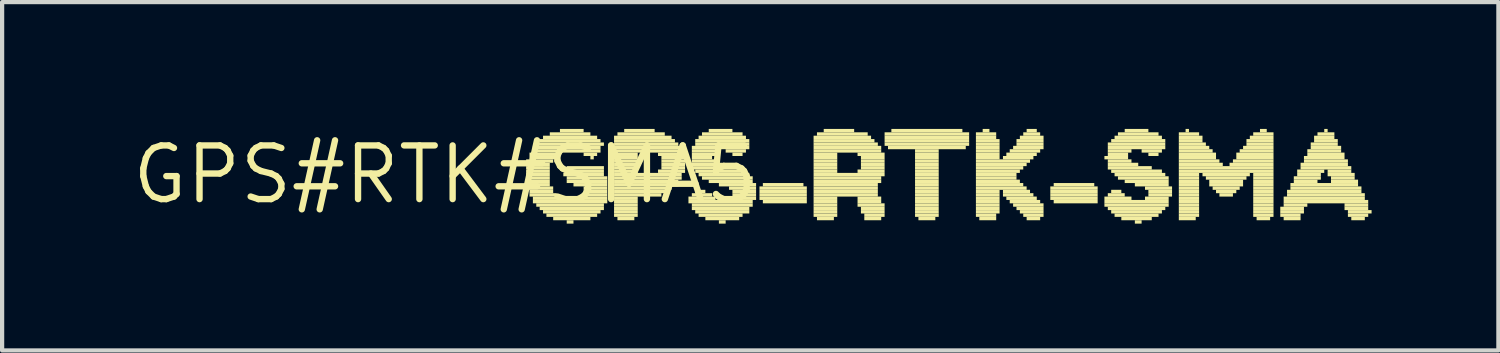
<source format=kicad_pcb>
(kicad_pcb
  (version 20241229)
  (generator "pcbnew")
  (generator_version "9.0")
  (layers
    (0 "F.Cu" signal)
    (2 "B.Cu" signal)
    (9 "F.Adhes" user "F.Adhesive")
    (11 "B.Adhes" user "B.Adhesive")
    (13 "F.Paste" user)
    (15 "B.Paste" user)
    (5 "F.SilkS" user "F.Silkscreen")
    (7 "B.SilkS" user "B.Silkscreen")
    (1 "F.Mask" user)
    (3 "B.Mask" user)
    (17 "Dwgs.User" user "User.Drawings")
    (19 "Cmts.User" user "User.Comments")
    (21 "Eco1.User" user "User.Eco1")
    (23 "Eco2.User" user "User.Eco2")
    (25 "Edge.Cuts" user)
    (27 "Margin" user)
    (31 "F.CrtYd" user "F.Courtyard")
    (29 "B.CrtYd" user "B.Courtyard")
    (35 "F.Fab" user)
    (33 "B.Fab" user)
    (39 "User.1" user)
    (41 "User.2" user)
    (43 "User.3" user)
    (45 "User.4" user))
  (footprint "GPS#RTK#SMA5"
    (layer "F.Cu")
    (at 7.476 1.08)
    (property "Reference" "GPS#RTK#SMA5" (at 0 0 0) (layer "F.SilkS") (effects (font (size 1.27 1.27) (thickness 0.15))))
    (attr through_hole)
    (fp_poly (pts (xy 1.92 -0.28) (xy 2.56 -0.28) (xy 2.56 -0.36) (xy 1.92 -0.36)) (stroke (width 0) (type solid)) (fill yes) (layer "F.SilkS"))
    (fp_poly (pts (xy 1.92 -0.2) (xy 2.48 -0.2) (xy 2.48 -0.28) (xy 1.92 -0.28)) (stroke (width 0) (type solid)) (fill yes) (layer "F.SilkS"))
    (fp_poly (pts (xy 1.92 -0.12) (xy 2.48 -0.12) (xy 2.48 -0.2) (xy 1.92 -0.2)) (stroke (width 0) (type solid)) (fill yes) (layer "F.SilkS"))
    (fp_poly (pts (xy 1.92 -0.04) (xy 2.48 -0.04) (xy 2.48 -0.12) (xy 1.92 -0.12)) (stroke (width 0) (type solid)) (fill yes) (layer "F.SilkS"))
    (fp_poly (pts (xy 1.92 0.04) (xy 2.48 0.04) (xy 2.48 -0.04) (xy 1.92 -0.04)) (stroke (width 0) (type solid)) (fill yes) (layer "F.SilkS"))
    (fp_poly (pts (xy 1.92 0.12) (xy 2.48 0.12) (xy 2.48 0.04) (xy 1.92 0.04)) (stroke (width 0) (type solid)) (fill yes) (layer "F.SilkS"))
    (fp_poly (pts (xy 1.92 0.2) (xy 2.48 0.2) (xy 2.48 0.12) (xy 1.92 0.12)) (stroke (width 0) (type solid)) (fill yes) (layer "F.SilkS"))
    (fp_poly (pts (xy 1.92 0.28) (xy 2.48 0.28) (xy 2.48 0.2) (xy 1.92 0.2)) (stroke (width 0) (type solid)) (fill yes) (layer "F.SilkS"))
    (fp_poly (pts (xy 1.92 0.36) (xy 2.56 0.36) (xy 2.56 0.28) (xy 1.92 0.28)) (stroke (width 0) (type solid)) (fill yes) (layer "F.SilkS"))
    (fp_poly (pts (xy 2 -0.44) (xy 2.72 -0.44) (xy 2.72 -0.52) (xy 2 -0.52)) (stroke (width 0) (type solid)) (fill yes) (layer "F.SilkS"))
    (fp_poly (pts (xy 2 -0.36) (xy 2.64 -0.36) (xy 2.64 -0.44) (xy 2 -0.44)) (stroke (width 0) (type solid)) (fill yes) (layer "F.SilkS"))
    (fp_poly (pts (xy 2 0.44) (xy 2.56 0.44) (xy 2.56 0.36) (xy 2 0.36)) (stroke (width 0) (type solid)) (fill yes) (layer "F.SilkS"))
    (fp_poly (pts (xy 2 0.52) (xy 2.64 0.52) (xy 2.64 0.44) (xy 2 0.44)) (stroke (width 0) (type solid)) (fill yes) (layer "F.SilkS"))
    (fp_poly (pts (xy 2.08 -0.6) (xy 3.68 -0.6) (xy 3.68 -0.68) (xy 2.08 -0.68)) (stroke (width 0) (type solid)) (fill yes) (layer "F.SilkS"))
    (fp_poly (pts (xy 2.08 -0.52) (xy 3.68 -0.52) (xy 3.68 -0.6) (xy 2.08 -0.6)) (stroke (width 0) (type solid)) (fill yes) (layer "F.SilkS"))
    (fp_poly (pts (xy 2.08 0.6) (xy 2.8 0.6) (xy 2.8 0.52) (xy 2.08 0.52)) (stroke (width 0) (type solid)) (fill yes) (layer "F.SilkS"))
    (fp_poly (pts (xy 2.08 0.68) (xy 3.84 0.68) (xy 3.84 0.6) (xy 2.08 0.6)) (stroke (width 0) (type solid)) (fill yes) (layer "F.SilkS"))
    (fp_poly (pts (xy 2.16 -0.68) (xy 3.76 -0.68) (xy 3.76 -0.76) (xy 2.16 -0.76)) (stroke (width 0) (type solid)) (fill yes) (layer "F.SilkS"))
    (fp_poly (pts (xy 2.16 0.76) (xy 3.76 0.76) (xy 3.76 0.68) (xy 2.16 0.68)) (stroke (width 0) (type solid)) (fill yes) (layer "F.SilkS"))
    (fp_poly (pts (xy 2.24 -0.76) (xy 3.68 -0.76) (xy 3.68 -0.84) (xy 2.24 -0.84)) (stroke (width 0) (type solid)) (fill yes) (layer "F.SilkS"))
    (fp_poly (pts (xy 2.24 0.84) (xy 3.76 0.84) (xy 3.76 0.76) (xy 2.24 0.76)) (stroke (width 0) (type solid)) (fill yes) (layer "F.SilkS"))
    (fp_poly (pts (xy 2.32 -0.84) (xy 3.6 -0.84) (xy 3.6 -0.92) (xy 2.32 -0.92)) (stroke (width 0) (type solid)) (fill yes) (layer "F.SilkS"))
    (fp_poly (pts (xy 2.32 0.92) (xy 3.68 0.92) (xy 3.68 0.84) (xy 2.32 0.84)) (stroke (width 0) (type solid)) (fill yes) (layer "F.SilkS"))
    (fp_poly (pts (xy 2.4 1) (xy 3.6 1) (xy 3.6 0.92) (xy 2.4 0.92)) (stroke (width 0) (type solid)) (fill yes) (layer "F.SilkS"))
    (fp_poly (pts (xy 2.48 -0.92) (xy 3.44 -0.92) (xy 3.44 -1) (xy 2.48 -1)) (stroke (width 0) (type solid)) (fill yes) (layer "F.SilkS"))
    (fp_poly (pts (xy 2.56 1.08) (xy 3.44 1.08) (xy 3.44 1) (xy 2.56 1)) (stroke (width 0) (type solid)) (fill yes) (layer "F.SilkS"))
    (fp_poly (pts (xy 2.72 -1) (xy 3.28 -1) (xy 3.28 -1.08) (xy 2.72 -1.08)) (stroke (width 0) (type solid)) (fill yes) (layer "F.SilkS"))
    (fp_poly (pts (xy 2.8 0.04) (xy 3.76 0.04) (xy 3.76 -0.04) (xy 2.8 -0.04)) (stroke (width 0) (type solid)) (fill yes) (layer "F.SilkS"))
    (fp_poly (pts (xy 2.88 -0.12) (xy 3.76 -0.12) (xy 3.76 -0.2) (xy 2.88 -0.2)) (stroke (width 0) (type solid)) (fill yes) (layer "F.SilkS"))
    (fp_poly (pts (xy 2.88 -0.04) (xy 3.76 -0.04) (xy 3.76 -0.12) (xy 2.88 -0.12)) (stroke (width 0) (type solid)) (fill yes) (layer "F.SilkS"))
    (fp_poly (pts (xy 2.88 0.12) (xy 3.84 0.12) (xy 3.84 0.04) (xy 2.88 0.04)) (stroke (width 0) (type solid)) (fill yes) (layer "F.SilkS"))
    (fp_poly (pts (xy 2.88 0.2) (xy 3.84 0.2) (xy 3.84 0.12) (xy 2.88 0.12)) (stroke (width 0) (type solid)) (fill yes) (layer "F.SilkS"))
    (fp_poly (pts (xy 2.88 1.16) (xy 3.04 1.16) (xy 3.04 1.08) (xy 2.88 1.08)) (stroke (width 0) (type solid)) (fill yes) (layer "F.SilkS"))
    (fp_poly (pts (xy 3.04 0.28) (xy 3.84 0.28) (xy 3.84 0.2) (xy 3.04 0.2)) (stroke (width 0) (type solid)) (fill yes) (layer "F.SilkS"))
    (fp_poly (pts (xy 3.2 0.6) (xy 3.84 0.6) (xy 3.84 0.52) (xy 3.2 0.52)) (stroke (width 0) (type solid)) (fill yes) (layer "F.SilkS"))
    (fp_poly (pts (xy 3.28 -0.44) (xy 3.6 -0.44) (xy 3.6 -0.52) (xy 3.28 -0.52)) (stroke (width 0) (type solid)) (fill yes) (layer "F.SilkS"))
    (fp_poly (pts (xy 3.28 0.36) (xy 3.84 0.36) (xy 3.84 0.28) (xy 3.28 0.28)) (stroke (width 0) (type solid)) (fill yes) (layer "F.SilkS"))
    (fp_poly (pts (xy 3.28 0.44) (xy 3.84 0.44) (xy 3.84 0.36) (xy 3.28 0.36)) (stroke (width 0) (type solid)) (fill yes) (layer "F.SilkS"))
    (fp_poly (pts (xy 3.28 0.52) (xy 3.84 0.52) (xy 3.84 0.44) (xy 3.28 0.44)) (stroke (width 0) (type solid)) (fill yes) (layer "F.SilkS"))
    (fp_poly (pts (xy 3.44 -0.36) (xy 3.52 -0.36) (xy 3.52 -0.44) (xy 3.44 -0.44)) (stroke (width 0) (type solid)) (fill yes) (layer "F.SilkS"))
    (fp_poly (pts (xy 4 -0.84) (xy 5.36 -0.84) (xy 5.36 -0.92) (xy 4 -0.92)) (stroke (width 0) (type solid)) (fill yes) (layer "F.SilkS"))
    (fp_poly (pts (xy 4 -0.76) (xy 5.44 -0.76) (xy 5.44 -0.84) (xy 4 -0.84)) (stroke (width 0) (type solid)) (fill yes) (layer "F.SilkS"))
    (fp_poly (pts (xy 4 -0.68) (xy 5.52 -0.68) (xy 5.52 -0.76) (xy 4 -0.76)) (stroke (width 0) (type solid)) (fill yes) (layer "F.SilkS"))
    (fp_poly (pts (xy 4 -0.6) (xy 5.6 -0.6) (xy 5.6 -0.68) (xy 4 -0.68)) (stroke (width 0) (type solid)) (fill yes) (layer "F.SilkS"))
    (fp_poly (pts (xy 4 -0.52) (xy 5.6 -0.52) (xy 5.6 -0.6) (xy 4 -0.6)) (stroke (width 0) (type solid)) (fill yes) (layer "F.SilkS"))
    (fp_poly (pts (xy 4 -0.44) (xy 4.56 -0.44) (xy 4.56 -0.52) (xy 4 -0.52)) (stroke (width 0) (type solid)) (fill yes) (layer "F.SilkS"))
    (fp_poly (pts (xy 4 -0.36) (xy 4.56 -0.36) (xy 4.56 -0.44) (xy 4 -0.44)) (stroke (width 0) (type solid)) (fill yes) (layer "F.SilkS"))
    (fp_poly (pts (xy 4 -0.28) (xy 4.56 -0.28) (xy 4.56 -0.36) (xy 4 -0.36)) (stroke (width 0) (type solid)) (fill yes) (layer "F.SilkS"))
    (fp_poly (pts (xy 4 -0.2) (xy 4.56 -0.2) (xy 4.56 -0.28) (xy 4 -0.28)) (stroke (width 0) (type solid)) (fill yes) (layer "F.SilkS"))
    (fp_poly (pts (xy 4 -0.12) (xy 4.56 -0.12) (xy 4.56 -0.2) (xy 4 -0.2)) (stroke (width 0) (type solid)) (fill yes) (layer "F.SilkS"))
    (fp_poly (pts (xy 4 -0.04) (xy 4.56 -0.04) (xy 4.56 -0.12) (xy 4 -0.12)) (stroke (width 0) (type solid)) (fill yes) (layer "F.SilkS"))
    (fp_poly (pts (xy 4 0.04) (xy 5.6 0.04) (xy 5.6 -0.04) (xy 4 -0.04)) (stroke (width 0) (type solid)) (fill yes) (layer "F.SilkS"))
    (fp_poly (pts (xy 4 0.12) (xy 5.6 0.12) (xy 5.6 0.04) (xy 4 0.04)) (stroke (width 0) (type solid)) (fill yes) (layer "F.SilkS"))
    (fp_poly (pts (xy 4 0.2) (xy 5.52 0.2) (xy 5.52 0.12) (xy 4 0.12)) (stroke (width 0) (type solid)) (fill yes) (layer "F.SilkS"))
    (fp_poly (pts (xy 4 0.28) (xy 5.52 0.28) (xy 5.52 0.2) (xy 4 0.2)) (stroke (width 0) (type solid)) (fill yes) (layer "F.SilkS"))
    (fp_poly (pts (xy 4 0.36) (xy 5.36 0.36) (xy 5.36 0.28) (xy 4 0.28)) (stroke (width 0) (type solid)) (fill yes) (layer "F.SilkS"))
    (fp_poly (pts (xy 4 0.44) (xy 5.28 0.44) (xy 5.28 0.36) (xy 4 0.36)) (stroke (width 0) (type solid)) (fill yes) (layer "F.SilkS"))
    (fp_poly (pts (xy 4 0.52) (xy 5.12 0.52) (xy 5.12 0.44) (xy 4 0.44)) (stroke (width 0) (type solid)) (fill yes) (layer "F.SilkS"))
    (fp_poly (pts (xy 4 0.6) (xy 4.56 0.6) (xy 4.56 0.52) (xy 4 0.52)) (stroke (width 0) (type solid)) (fill yes) (layer "F.SilkS"))
    (fp_poly (pts (xy 4 0.68) (xy 4.56 0.68) (xy 4.56 0.6) (xy 4 0.6)) (stroke (width 0) (type solid)) (fill yes) (layer "F.SilkS"))
    (fp_poly (pts (xy 4 0.76) (xy 4.56 0.76) (xy 4.56 0.68) (xy 4 0.68)) (stroke (width 0) (type solid)) (fill yes) (layer "F.SilkS"))
    (fp_poly (pts (xy 4 0.84) (xy 4.56 0.84) (xy 4.56 0.76) (xy 4 0.76)) (stroke (width 0) (type solid)) (fill yes) (layer "F.SilkS"))
    (fp_poly (pts (xy 4 0.92) (xy 4.56 0.92) (xy 4.56 0.84) (xy 4 0.84)) (stroke (width 0) (type solid)) (fill yes) (layer "F.SilkS"))
    (fp_poly (pts (xy 4 1) (xy 4.56 1) (xy 4.56 0.92) (xy 4 0.92)) (stroke (width 0) (type solid)) (fill yes) (layer "F.SilkS"))
    (fp_poly (pts (xy 4.08 -0.92) (xy 5.2 -0.92) (xy 5.2 -1) (xy 4.08 -1)) (stroke (width 0) (type solid)) (fill yes) (layer "F.SilkS"))
    (fp_poly (pts (xy 4.08 1.08) (xy 4.48 1.08) (xy 4.48 1) (xy 4.08 1)) (stroke (width 0) (type solid)) (fill yes) (layer "F.SilkS"))
    (fp_poly (pts (xy 4.24 -1) (xy 4.96 -1) (xy 4.96 -1.08) (xy 4.24 -1.08)) (stroke (width 0) (type solid)) (fill yes) (layer "F.SilkS"))
    (fp_poly (pts (xy 5.04 -0.44) (xy 5.68 -0.44) (xy 5.68 -0.52) (xy 5.04 -0.52)) (stroke (width 0) (type solid)) (fill yes) (layer "F.SilkS"))
    (fp_poly (pts (xy 5.04 -0.04) (xy 5.68 -0.04) (xy 5.68 -0.12) (xy 5.04 -0.12)) (stroke (width 0) (type solid)) (fill yes) (layer "F.SilkS"))
    (fp_poly (pts (xy 5.12 -0.36) (xy 5.68 -0.36) (xy 5.68 -0.44) (xy 5.12 -0.44)) (stroke (width 0) (type solid)) (fill yes) (layer "F.SilkS"))
    (fp_poly (pts (xy 5.12 -0.28) (xy 5.68 -0.28) (xy 5.68 -0.36) (xy 5.12 -0.36)) (stroke (width 0) (type solid)) (fill yes) (layer "F.SilkS"))
    (fp_poly (pts (xy 5.12 -0.2) (xy 5.68 -0.2) (xy 5.68 -0.28) (xy 5.12 -0.28)) (stroke (width 0) (type solid)) (fill yes) (layer "F.SilkS"))
    (fp_poly (pts (xy 5.12 -0.12) (xy 5.68 -0.12) (xy 5.68 -0.2) (xy 5.12 -0.2)) (stroke (width 0) (type solid)) (fill yes) (layer "F.SilkS"))
    (fp_poly (pts (xy 5.76 0.6) (xy 6.4 0.6) (xy 6.4 0.52) (xy 5.76 0.52)) (stroke (width 0) (type solid)) (fill yes) (layer "F.SilkS"))
    (fp_poly (pts (xy 5.76 0.68) (xy 7.28 0.68) (xy 7.28 0.6) (xy 5.76 0.6)) (stroke (width 0) (type solid)) (fill yes) (layer "F.SilkS"))
    (fp_poly (pts (xy 5.84 -0.6) (xy 7.2 -0.6) (xy 7.2 -0.68) (xy 5.84 -0.68)) (stroke (width 0) (type solid)) (fill yes) (layer "F.SilkS"))
    (fp_poly (pts (xy 5.84 -0.52) (xy 6.48 -0.52) (xy 6.48 -0.6) (xy 5.84 -0.6)) (stroke (width 0) (type solid)) (fill yes) (layer "F.SilkS"))
    (fp_poly (pts (xy 5.84 -0.44) (xy 6.4 -0.44) (xy 6.4 -0.52) (xy 5.84 -0.52)) (stroke (width 0) (type solid)) (fill yes) (layer "F.SilkS"))
    (fp_poly (pts (xy 5.84 -0.36) (xy 6.32 -0.36) (xy 6.32 -0.44) (xy 5.84 -0.44)) (stroke (width 0) (type solid)) (fill yes) (layer "F.SilkS"))
    (fp_poly (pts (xy 5.84 -0.28) (xy 6.4 -0.28) (xy 6.4 -0.36) (xy 5.84 -0.36)) (stroke (width 0) (type solid)) (fill yes) (layer "F.SilkS"))
    (fp_poly (pts (xy 5.84 -0.2) (xy 6.56 -0.2) (xy 6.56 -0.28) (xy 5.84 -0.28)) (stroke (width 0) (type solid)) (fill yes) (layer "F.SilkS"))
    (fp_poly (pts (xy 5.84 -0.12) (xy 6.96 -0.12) (xy 6.96 -0.2) (xy 5.84 -0.2)) (stroke (width 0) (type solid)) (fill yes) (layer "F.SilkS"))
    (fp_poly (pts (xy 5.84 0.52) (xy 6.32 0.52) (xy 6.32 0.44) (xy 5.84 0.44)) (stroke (width 0) (type solid)) (fill yes) (layer "F.SilkS"))
    (fp_poly (pts (xy 5.84 0.76) (xy 7.28 0.76) (xy 7.28 0.68) (xy 5.84 0.68)) (stroke (width 0) (type solid)) (fill yes) (layer "F.SilkS"))
    (fp_poly (pts (xy 5.84 0.84) (xy 7.2 0.84) (xy 7.2 0.76) (xy 5.84 0.76)) (stroke (width 0) (type solid)) (fill yes) (layer "F.SilkS"))
    (fp_poly (pts (xy 5.92 -0.76) (xy 7.2 -0.76) (xy 7.2 -0.84) (xy 5.92 -0.84)) (stroke (width 0) (type solid)) (fill yes) (layer "F.SilkS"))
    (fp_poly (pts (xy 5.92 -0.68) (xy 7.2 -0.68) (xy 7.2 -0.76) (xy 5.92 -0.76)) (stroke (width 0) (type solid)) (fill yes) (layer "F.SilkS"))
    (fp_poly (pts (xy 5.92 -0.04) (xy 7.12 -0.04) (xy 7.12 -0.12) (xy 5.92 -0.12)) (stroke (width 0) (type solid)) (fill yes) (layer "F.SilkS"))
    (fp_poly (pts (xy 5.92 0.44) (xy 6.16 0.44) (xy 6.16 0.36) (xy 5.92 0.36)) (stroke (width 0) (type solid)) (fill yes) (layer "F.SilkS"))
    (fp_poly (pts (xy 5.92 0.92) (xy 7.2 0.92) (xy 7.2 0.84) (xy 5.92 0.84)) (stroke (width 0) (type solid)) (fill yes) (layer "F.SilkS"))
    (fp_poly (pts (xy 6 -0.84) (xy 7.12 -0.84) (xy 7.12 -0.92) (xy 6 -0.92)) (stroke (width 0) (type solid)) (fill yes) (layer "F.SilkS"))
    (fp_poly (pts (xy 6 0.04) (xy 7.2 0.04) (xy 7.2 -0.04) (xy 6 -0.04)) (stroke (width 0) (type solid)) (fill yes) (layer "F.SilkS"))
    (fp_poly (pts (xy 6 1) (xy 7.04 1) (xy 7.04 0.92) (xy 6 0.92)) (stroke (width 0) (type solid)) (fill yes) (layer "F.SilkS"))
    (fp_poly (pts (xy 6.08 -0.92) (xy 7.04 -0.92) (xy 7.04 -1) (xy 6.08 -1)) (stroke (width 0) (type solid)) (fill yes) (layer "F.SilkS"))
    (fp_poly (pts (xy 6.08 0.12) (xy 7.28 0.12) (xy 7.28 0.04) (xy 6.08 0.04)) (stroke (width 0) (type solid)) (fill yes) (layer "F.SilkS"))
    (fp_poly (pts (xy 6.16 1.08) (xy 6.96 1.08) (xy 6.96 1) (xy 6.16 1)) (stroke (width 0) (type solid)) (fill yes) (layer "F.SilkS"))
    (fp_poly (pts (xy 6.24 -1) (xy 6.8 -1) (xy 6.8 -1.08) (xy 6.24 -1.08)) (stroke (width 0) (type solid)) (fill yes) (layer "F.SilkS"))
    (fp_poly (pts (xy 6.24 0.2) (xy 7.28 0.2) (xy 7.28 0.12) (xy 6.24 0.12)) (stroke (width 0) (type solid)) (fill yes) (layer "F.SilkS"))
    (fp_poly (pts (xy 6.48 0.28) (xy 7.36 0.28) (xy 7.36 0.2) (xy 6.48 0.2)) (stroke (width 0) (type solid)) (fill yes) (layer "F.SilkS"))
    (fp_poly (pts (xy 6.48 1.16) (xy 6.64 1.16) (xy 6.64 1.08) (xy 6.48 1.08)) (stroke (width 0) (type solid)) (fill yes) (layer "F.SilkS"))
    (fp_poly (pts (xy 6.64 -0.52) (xy 7.12 -0.52) (xy 7.12 -0.6) (xy 6.64 -0.6)) (stroke (width 0) (type solid)) (fill yes) (layer "F.SilkS"))
    (fp_poly (pts (xy 6.72 0.36) (xy 7.36 0.36) (xy 7.36 0.28) (xy 6.72 0.28)) (stroke (width 0) (type solid)) (fill yes) (layer "F.SilkS"))
    (fp_poly (pts (xy 6.72 0.6) (xy 7.36 0.6) (xy 7.36 0.52) (xy 6.72 0.52)) (stroke (width 0) (type solid)) (fill yes) (layer "F.SilkS"))
    (fp_poly (pts (xy 6.8 -0.44) (xy 7.04 -0.44) (xy 7.04 -0.52) (xy 6.8 -0.52)) (stroke (width 0) (type solid)) (fill yes) (layer "F.SilkS"))
    (fp_poly (pts (xy 6.8 0.44) (xy 7.36 0.44) (xy 7.36 0.36) (xy 6.8 0.36)) (stroke (width 0) (type solid)) (fill yes) (layer "F.SilkS"))
    (fp_poly (pts (xy 6.8 0.52) (xy 7.36 0.52) (xy 7.36 0.44) (xy 6.8 0.44)) (stroke (width 0) (type solid)) (fill yes) (layer "F.SilkS"))
    (fp_poly (pts (xy 7.44 0.36) (xy 8.56 0.36) (xy 8.56 0.28) (xy 7.44 0.28)) (stroke (width 0) (type solid)) (fill yes) (layer "F.SilkS"))
    (fp_poly (pts (xy 7.44 0.44) (xy 8.56 0.44) (xy 8.56 0.36) (xy 7.44 0.36)) (stroke (width 0) (type solid)) (fill yes) (layer "F.SilkS"))
    (fp_poly (pts (xy 7.44 0.52) (xy 8.56 0.52) (xy 8.56 0.44) (xy 7.44 0.44)) (stroke (width 0) (type solid)) (fill yes) (layer "F.SilkS"))
    (fp_poly (pts (xy 7.44 0.6) (xy 8.56 0.6) (xy 8.56 0.52) (xy 7.44 0.52)) (stroke (width 0) (type solid)) (fill yes) (layer "F.SilkS"))
    (fp_poly (pts (xy 7.52 0.28) (xy 8.48 0.28) (xy 8.48 0.2) (xy 7.52 0.2)) (stroke (width 0) (type solid)) (fill yes) (layer "F.SilkS"))
    (fp_poly (pts (xy 7.52 0.68) (xy 8.56 0.68) (xy 8.56 0.6) (xy 7.52 0.6)) (stroke (width 0) (type solid)) (fill yes) (layer "F.SilkS"))
    (fp_poly (pts (xy 8.72 -0.84) (xy 10.08 -0.84) (xy 10.08 -0.92) (xy 8.72 -0.92)) (stroke (width 0) (type solid)) (fill yes) (layer "F.SilkS"))
    (fp_poly (pts (xy 8.72 -0.76) (xy 10.16 -0.76) (xy 10.16 -0.84) (xy 8.72 -0.84)) (stroke (width 0) (type solid)) (fill yes) (layer "F.SilkS"))
    (fp_poly (pts (xy 8.72 -0.68) (xy 10.24 -0.68) (xy 10.24 -0.76) (xy 8.72 -0.76)) (stroke (width 0) (type solid)) (fill yes) (layer "F.SilkS"))
    (fp_poly (pts (xy 8.72 -0.6) (xy 10.32 -0.6) (xy 10.32 -0.68) (xy 8.72 -0.68)) (stroke (width 0) (type solid)) (fill yes) (layer "F.SilkS"))
    (fp_poly (pts (xy 8.72 -0.52) (xy 10.32 -0.52) (xy 10.32 -0.6) (xy 8.72 -0.6)) (stroke (width 0) (type solid)) (fill yes) (layer "F.SilkS"))
    (fp_poly (pts (xy 8.72 -0.44) (xy 9.28 -0.44) (xy 9.28 -0.52) (xy 8.72 -0.52)) (stroke (width 0) (type solid)) (fill yes) (layer "F.SilkS"))
    (fp_poly (pts (xy 8.72 -0.36) (xy 9.28 -0.36) (xy 9.28 -0.44) (xy 8.72 -0.44)) (stroke (width 0) (type solid)) (fill yes) (layer "F.SilkS"))
    (fp_poly (pts (xy 8.72 -0.28) (xy 9.28 -0.28) (xy 9.28 -0.36) (xy 8.72 -0.36)) (stroke (width 0) (type solid)) (fill yes) (layer "F.SilkS"))
    (fp_poly (pts (xy 8.72 -0.2) (xy 9.28 -0.2) (xy 9.28 -0.28) (xy 8.72 -0.28)) (stroke (width 0) (type solid)) (fill yes) (layer "F.SilkS"))
    (fp_poly (pts (xy 8.72 -0.12) (xy 9.28 -0.12) (xy 9.28 -0.2) (xy 8.72 -0.2)) (stroke (width 0) (type solid)) (fill yes) (layer "F.SilkS"))
    (fp_poly (pts (xy 8.72 -0.04) (xy 9.28 -0.04) (xy 9.28 -0.12) (xy 8.72 -0.12)) (stroke (width 0) (type solid)) (fill yes) (layer "F.SilkS"))
    (fp_poly (pts (xy 8.72 0.04) (xy 10.4 0.04) (xy 10.4 -0.04) (xy 8.72 -0.04)) (stroke (width 0) (type solid)) (fill yes) (layer "F.SilkS"))
    (fp_poly (pts (xy 8.72 0.12) (xy 10.32 0.12) (xy 10.32 0.04) (xy 8.72 0.04)) (stroke (width 0) (type solid)) (fill yes) (layer "F.SilkS"))
    (fp_poly (pts (xy 8.72 0.2) (xy 10.32 0.2) (xy 10.32 0.12) (xy 8.72 0.12)) (stroke (width 0) (type solid)) (fill yes) (layer "F.SilkS"))
    (fp_poly (pts (xy 8.72 0.28) (xy 10.24 0.28) (xy 10.24 0.2) (xy 8.72 0.2)) (stroke (width 0) (type solid)) (fill yes) (layer "F.SilkS"))
    (fp_poly (pts (xy 8.72 0.36) (xy 10.24 0.36) (xy 10.24 0.28) (xy 8.72 0.28)) (stroke (width 0) (type solid)) (fill yes) (layer "F.SilkS"))
    (fp_poly (pts (xy 8.72 0.44) (xy 10.24 0.44) (xy 10.24 0.36) (xy 8.72 0.36)) (stroke (width 0) (type solid)) (fill yes) (layer "F.SilkS"))
    (fp_poly (pts (xy 8.72 0.52) (xy 10.24 0.52) (xy 10.24 0.44) (xy 8.72 0.44)) (stroke (width 0) (type solid)) (fill yes) (layer "F.SilkS"))
    (fp_poly (pts (xy 8.72 0.6) (xy 9.28 0.6) (xy 9.28 0.52) (xy 8.72 0.52)) (stroke (width 0) (type solid)) (fill yes) (layer "F.SilkS"))
    (fp_poly (pts (xy 8.72 0.68) (xy 9.28 0.68) (xy 9.28 0.6) (xy 8.72 0.6)) (stroke (width 0) (type solid)) (fill yes) (layer "F.SilkS"))
    (fp_poly (pts (xy 8.72 0.76) (xy 9.28 0.76) (xy 9.28 0.68) (xy 8.72 0.68)) (stroke (width 0) (type solid)) (fill yes) (layer "F.SilkS"))
    (fp_poly (pts (xy 8.72 0.84) (xy 9.28 0.84) (xy 9.28 0.76) (xy 8.72 0.76)) (stroke (width 0) (type solid)) (fill yes) (layer "F.SilkS"))
    (fp_poly (pts (xy 8.72 0.92) (xy 9.28 0.92) (xy 9.28 0.84) (xy 8.72 0.84)) (stroke (width 0) (type solid)) (fill yes) (layer "F.SilkS"))
    (fp_poly (pts (xy 8.72 1) (xy 9.28 1) (xy 9.28 0.92) (xy 8.72 0.92)) (stroke (width 0) (type solid)) (fill yes) (layer "F.SilkS"))
    (fp_poly (pts (xy 8.8 -0.92) (xy 10 -0.92) (xy 10 -1) (xy 8.8 -1)) (stroke (width 0) (type solid)) (fill yes) (layer "F.SilkS"))
    (fp_poly (pts (xy 8.8 1.08) (xy 9.2 1.08) (xy 9.2 1) (xy 8.8 1)) (stroke (width 0) (type solid)) (fill yes) (layer "F.SilkS"))
    (fp_poly (pts (xy 8.96 -1) (xy 9.68 -1) (xy 9.68 -1.08) (xy 8.96 -1.08)) (stroke (width 0) (type solid)) (fill yes) (layer "F.SilkS"))
    (fp_poly (pts (xy 9.76 -0.44) (xy 10.4 -0.44) (xy 10.4 -0.52) (xy 9.76 -0.52)) (stroke (width 0) (type solid)) (fill yes) (layer "F.SilkS"))
    (fp_poly (pts (xy 9.76 -0.04) (xy 10.4 -0.04) (xy 10.4 -0.12) (xy 9.76 -0.12)) (stroke (width 0) (type solid)) (fill yes) (layer "F.SilkS"))
    (fp_poly (pts (xy 9.76 0.6) (xy 10.32 0.6) (xy 10.32 0.52) (xy 9.76 0.52)) (stroke (width 0) (type solid)) (fill yes) (layer "F.SilkS"))
    (fp_poly (pts (xy 9.76 0.68) (xy 10.32 0.68) (xy 10.32 0.6) (xy 9.76 0.6)) (stroke (width 0) (type solid)) (fill yes) (layer "F.SilkS"))
    (fp_poly (pts (xy 9.76 0.76) (xy 10.4 0.76) (xy 10.4 0.68) (xy 9.76 0.68)) (stroke (width 0) (type solid)) (fill yes) (layer "F.SilkS"))
    (fp_poly (pts (xy 9.84 -0.36) (xy 10.4 -0.36) (xy 10.4 -0.44) (xy 9.84 -0.44)) (stroke (width 0) (type solid)) (fill yes) (layer "F.SilkS"))
    (fp_poly (pts (xy 9.84 -0.28) (xy 10.4 -0.28) (xy 10.4 -0.36) (xy 9.84 -0.36)) (stroke (width 0) (type solid)) (fill yes) (layer "F.SilkS"))
    (fp_poly (pts (xy 9.84 -0.2) (xy 10.4 -0.2) (xy 10.4 -0.28) (xy 9.84 -0.28)) (stroke (width 0) (type solid)) (fill yes) (layer "F.SilkS"))
    (fp_poly (pts (xy 9.84 -0.12) (xy 10.4 -0.12) (xy 10.4 -0.2) (xy 9.84 -0.2)) (stroke (width 0) (type solid)) (fill yes) (layer "F.SilkS"))
    (fp_poly (pts (xy 9.84 0.84) (xy 10.4 0.84) (xy 10.4 0.76) (xy 9.84 0.76)) (stroke (width 0) (type solid)) (fill yes) (layer "F.SilkS"))
    (fp_poly (pts (xy 9.84 0.92) (xy 10.4 0.92) (xy 10.4 0.84) (xy 9.84 0.84)) (stroke (width 0) (type solid)) (fill yes) (layer "F.SilkS"))
    (fp_poly (pts (xy 9.92 1) (xy 10.4 1) (xy 10.4 0.92) (xy 9.92 0.92)) (stroke (width 0) (type solid)) (fill yes) (layer "F.SilkS"))
    (fp_poly (pts (xy 9.92 1.08) (xy 10.32 1.08) (xy 10.32 1) (xy 9.92 1)) (stroke (width 0) (type solid)) (fill yes) (layer "F.SilkS"))
    (fp_poly (pts (xy 10.4 -0.92) (xy 12.4 -0.92) (xy 12.4 -1) (xy 10.4 -1)) (stroke (width 0) (type solid)) (fill yes) (layer "F.SilkS"))
    (fp_poly (pts (xy 10.4 -0.84) (xy 12.4 -0.84) (xy 12.4 -0.92) (xy 10.4 -0.92)) (stroke (width 0) (type solid)) (fill yes) (layer "F.SilkS"))
    (fp_poly (pts (xy 10.4 -0.76) (xy 12.4 -0.76) (xy 12.4 -0.84) (xy 10.4 -0.84)) (stroke (width 0) (type solid)) (fill yes) (layer "F.SilkS"))
    (fp_poly (pts (xy 10.4 -0.68) (xy 12.4 -0.68) (xy 12.4 -0.76) (xy 10.4 -0.76)) (stroke (width 0) (type solid)) (fill yes) (layer "F.SilkS"))
    (fp_poly (pts (xy 10.48 -0.6) (xy 12.32 -0.6) (xy 12.32 -0.68) (xy 10.48 -0.68)) (stroke (width 0) (type solid)) (fill yes) (layer "F.SilkS"))
    (fp_poly (pts (xy 10.56 -1) (xy 12.24 -1) (xy 12.24 -1.08) (xy 10.56 -1.08)) (stroke (width 0) (type solid)) (fill yes) (layer "F.SilkS"))
    (fp_poly (pts (xy 11.12 -0.52) (xy 11.68 -0.52) (xy 11.68 -0.6) (xy 11.12 -0.6)) (stroke (width 0) (type solid)) (fill yes) (layer "F.SilkS"))
    (fp_poly (pts (xy 11.12 -0.44) (xy 11.68 -0.44) (xy 11.68 -0.52) (xy 11.12 -0.52)) (stroke (width 0) (type solid)) (fill yes) (layer "F.SilkS"))
    (fp_poly (pts (xy 11.12 -0.36) (xy 11.68 -0.36) (xy 11.68 -0.44) (xy 11.12 -0.44)) (stroke (width 0) (type solid)) (fill yes) (layer "F.SilkS"))
    (fp_poly (pts (xy 11.12 -0.28) (xy 11.68 -0.28) (xy 11.68 -0.36) (xy 11.12 -0.36)) (stroke (width 0) (type solid)) (fill yes) (layer "F.SilkS"))
    (fp_poly (pts (xy 11.12 -0.2) (xy 11.68 -0.2) (xy 11.68 -0.28) (xy 11.12 -0.28)) (stroke (width 0) (type solid)) (fill yes) (layer "F.SilkS"))
    (fp_poly (pts (xy 11.12 -0.12) (xy 11.68 -0.12) (xy 11.68 -0.2) (xy 11.12 -0.2)) (stroke (width 0) (type solid)) (fill yes) (layer "F.SilkS"))
    (fp_poly (pts (xy 11.12 -0.04) (xy 11.68 -0.04) (xy 11.68 -0.12) (xy 11.12 -0.12)) (stroke (width 0) (type solid)) (fill yes) (layer "F.SilkS"))
    (fp_poly (pts (xy 11.12 0.04) (xy 11.68 0.04) (xy 11.68 -0.04) (xy 11.12 -0.04)) (stroke (width 0) (type solid)) (fill yes) (layer "F.SilkS"))
    (fp_poly (pts (xy 11.12 0.12) (xy 11.68 0.12) (xy 11.68 0.04) (xy 11.12 0.04)) (stroke (width 0) (type solid)) (fill yes) (layer "F.SilkS"))
    (fp_poly (pts (xy 11.12 0.2) (xy 11.68 0.2) (xy 11.68 0.12) (xy 11.12 0.12)) (stroke (width 0) (type solid)) (fill yes) (layer "F.SilkS"))
    (fp_poly (pts (xy 11.12 0.28) (xy 11.68 0.28) (xy 11.68 0.2) (xy 11.12 0.2)) (stroke (width 0) (type solid)) (fill yes) (layer "F.SilkS"))
    (fp_poly (pts (xy 11.12 0.36) (xy 11.68 0.36) (xy 11.68 0.28) (xy 11.12 0.28)) (stroke (width 0) (type solid)) (fill yes) (layer "F.SilkS"))
    (fp_poly (pts (xy 11.12 0.44) (xy 11.68 0.44) (xy 11.68 0.36) (xy 11.12 0.36)) (stroke (width 0) (type solid)) (fill yes) (layer "F.SilkS"))
    (fp_poly (pts (xy 11.12 0.52) (xy 11.68 0.52) (xy 11.68 0.44) (xy 11.12 0.44)) (stroke (width 0) (type solid)) (fill yes) (layer "F.SilkS"))
    (fp_poly (pts (xy 11.12 0.6) (xy 11.68 0.6) (xy 11.68 0.52) (xy 11.12 0.52)) (stroke (width 0) (type solid)) (fill yes) (layer "F.SilkS"))
    (fp_poly (pts (xy 11.12 0.68) (xy 11.68 0.68) (xy 11.68 0.6) (xy 11.12 0.6)) (stroke (width 0) (type solid)) (fill yes) (layer "F.SilkS"))
    (fp_poly (pts (xy 11.12 0.76) (xy 11.68 0.76) (xy 11.68 0.68) (xy 11.12 0.68)) (stroke (width 0) (type solid)) (fill yes) (layer "F.SilkS"))
    (fp_poly (pts (xy 11.12 0.84) (xy 11.68 0.84) (xy 11.68 0.76) (xy 11.12 0.76)) (stroke (width 0) (type solid)) (fill yes) (layer "F.SilkS"))
    (fp_poly (pts (xy 11.12 0.92) (xy 11.68 0.92) (xy 11.68 0.84) (xy 11.12 0.84)) (stroke (width 0) (type solid)) (fill yes) (layer "F.SilkS"))
    (fp_poly (pts (xy 11.12 1) (xy 11.68 1) (xy 11.68 0.92) (xy 11.12 0.92)) (stroke (width 0) (type solid)) (fill yes) (layer "F.SilkS"))
    (fp_poly (pts (xy 11.2 1.08) (xy 11.6 1.08) (xy 11.6 1) (xy 11.2 1)) (stroke (width 0) (type solid)) (fill yes) (layer "F.SilkS"))
    (fp_poly (pts (xy 12.56 -0.92) (xy 13.04 -0.92) (xy 13.04 -1) (xy 12.56 -1)) (stroke (width 0) (type solid)) (fill yes) (layer "F.SilkS"))
    (fp_poly (pts (xy 12.56 -0.84) (xy 13.04 -0.84) (xy 13.04 -0.92) (xy 12.56 -0.92)) (stroke (width 0) (type solid)) (fill yes) (layer "F.SilkS"))
    (fp_poly (pts (xy 12.56 -0.76) (xy 13.12 -0.76) (xy 13.12 -0.84) (xy 12.56 -0.84)) (stroke (width 0) (type solid)) (fill yes) (layer "F.SilkS"))
    (fp_poly (pts (xy 12.56 -0.68) (xy 13.12 -0.68) (xy 13.12 -0.76) (xy 12.56 -0.76)) (stroke (width 0) (type solid)) (fill yes) (layer "F.SilkS"))
    (fp_poly (pts (xy 12.56 -0.6) (xy 13.12 -0.6) (xy 13.12 -0.68) (xy 12.56 -0.68)) (stroke (width 0) (type solid)) (fill yes) (layer "F.SilkS"))
    (fp_poly (pts (xy 12.56 -0.52) (xy 13.12 -0.52) (xy 13.12 -0.6) (xy 12.56 -0.6)) (stroke (width 0) (type solid)) (fill yes) (layer "F.SilkS"))
    (fp_poly (pts (xy 12.56 -0.44) (xy 13.12 -0.44) (xy 13.12 -0.52) (xy 12.56 -0.52)) (stroke (width 0) (type solid)) (fill yes) (layer "F.SilkS"))
    (fp_poly (pts (xy 12.56 -0.36) (xy 13.12 -0.36) (xy 13.12 -0.44) (xy 12.56 -0.44)) (stroke (width 0) (type solid)) (fill yes) (layer "F.SilkS"))
    (fp_poly (pts (xy 12.56 -0.28) (xy 13.84 -0.28) (xy 13.84 -0.36) (xy 12.56 -0.36)) (stroke (width 0) (type solid)) (fill yes) (layer "F.SilkS"))
    (fp_poly (pts (xy 12.56 -0.2) (xy 13.76 -0.2) (xy 13.76 -0.28) (xy 12.56 -0.28)) (stroke (width 0) (type solid)) (fill yes) (layer "F.SilkS"))
    (fp_poly (pts (xy 12.56 -0.12) (xy 13.68 -0.12) (xy 13.68 -0.2) (xy 12.56 -0.2)) (stroke (width 0) (type solid)) (fill yes) (layer "F.SilkS"))
    (fp_poly (pts (xy 12.56 -0.04) (xy 13.6 -0.04) (xy 13.6 -0.12) (xy 12.56 -0.12)) (stroke (width 0) (type solid)) (fill yes) (layer "F.SilkS"))
    (fp_poly (pts (xy 12.56 0.04) (xy 13.52 0.04) (xy 13.52 -0.04) (xy 12.56 -0.04)) (stroke (width 0) (type solid)) (fill yes) (layer "F.SilkS"))
    (fp_poly (pts (xy 12.56 0.12) (xy 13.52 0.12) (xy 13.52 0.04) (xy 12.56 0.04)) (stroke (width 0) (type solid)) (fill yes) (layer "F.SilkS"))
    (fp_poly (pts (xy 12.56 0.2) (xy 13.6 0.2) (xy 13.6 0.12) (xy 12.56 0.12)) (stroke (width 0) (type solid)) (fill yes) (layer "F.SilkS"))
    (fp_poly (pts (xy 12.56 0.28) (xy 13.68 0.28) (xy 13.68 0.2) (xy 12.56 0.2)) (stroke (width 0) (type solid)) (fill yes) (layer "F.SilkS"))
    (fp_poly (pts (xy 12.56 0.36) (xy 13.76 0.36) (xy 13.76 0.28) (xy 12.56 0.28)) (stroke (width 0) (type solid)) (fill yes) (layer "F.SilkS"))
    (fp_poly (pts (xy 12.56 0.44) (xy 13.12 0.44) (xy 13.12 0.36) (xy 12.56 0.36)) (stroke (width 0) (type solid)) (fill yes) (layer "F.SilkS"))
    (fp_poly (pts (xy 12.56 0.52) (xy 13.12 0.52) (xy 13.12 0.44) (xy 12.56 0.44)) (stroke (width 0) (type solid)) (fill yes) (layer "F.SilkS"))
    (fp_poly (pts (xy 12.56 0.6) (xy 13.12 0.6) (xy 13.12 0.52) (xy 12.56 0.52)) (stroke (width 0) (type solid)) (fill yes) (layer "F.SilkS"))
    (fp_poly (pts (xy 12.56 0.68) (xy 13.12 0.68) (xy 13.12 0.6) (xy 12.56 0.6)) (stroke (width 0) (type solid)) (fill yes) (layer "F.SilkS"))
    (fp_poly (pts (xy 12.56 0.76) (xy 13.12 0.76) (xy 13.12 0.68) (xy 12.56 0.68)) (stroke (width 0) (type solid)) (fill yes) (layer "F.SilkS"))
    (fp_poly (pts (xy 12.56 0.84) (xy 13.12 0.84) (xy 13.12 0.76) (xy 12.56 0.76)) (stroke (width 0) (type solid)) (fill yes) (layer "F.SilkS"))
    (fp_poly (pts (xy 12.56 0.92) (xy 13.12 0.92) (xy 13.12 0.84) (xy 12.56 0.84)) (stroke (width 0) (type solid)) (fill yes) (layer "F.SilkS"))
    (fp_poly (pts (xy 12.56 1) (xy 13.04 1) (xy 13.04 0.92) (xy 12.56 0.92)) (stroke (width 0) (type solid)) (fill yes) (layer "F.SilkS"))
    (fp_poly (pts (xy 12.64 1.08) (xy 13.04 1.08) (xy 13.04 1) (xy 12.64 1)) (stroke (width 0) (type solid)) (fill yes) (layer "F.SilkS"))
    (fp_poly (pts (xy 12.72 -1) (xy 12.88 -1) (xy 12.88 -1.08) (xy 12.72 -1.08)) (stroke (width 0) (type solid)) (fill yes) (layer "F.SilkS"))
    (fp_poly (pts (xy 13.2 -0.36) (xy 13.92 -0.36) (xy 13.92 -0.44) (xy 13.2 -0.44)) (stroke (width 0) (type solid)) (fill yes) (layer "F.SilkS"))
    (fp_poly (pts (xy 13.2 0.44) (xy 13.84 0.44) (xy 13.84 0.36) (xy 13.2 0.36)) (stroke (width 0) (type solid)) (fill yes) (layer "F.SilkS"))
    (fp_poly (pts (xy 13.2 0.52) (xy 13.92 0.52) (xy 13.92 0.44) (xy 13.2 0.44)) (stroke (width 0) (type solid)) (fill yes) (layer "F.SilkS"))
    (fp_poly (pts (xy 13.28 -0.44) (xy 14 -0.44) (xy 14 -0.52) (xy 13.28 -0.52)) (stroke (width 0) (type solid)) (fill yes) (layer "F.SilkS"))
    (fp_poly (pts (xy 13.28 0.6) (xy 14 0.6) (xy 14 0.52) (xy 13.28 0.52)) (stroke (width 0) (type solid)) (fill yes) (layer "F.SilkS"))
    (fp_poly (pts (xy 13.36 -0.52) (xy 14.08 -0.52) (xy 14.08 -0.6) (xy 13.36 -0.6)) (stroke (width 0) (type solid)) (fill yes) (layer "F.SilkS"))
    (fp_poly (pts (xy 13.36 0.68) (xy 14.08 0.68) (xy 14.08 0.6) (xy 13.36 0.6)) (stroke (width 0) (type solid)) (fill yes) (layer "F.SilkS"))
    (fp_poly (pts (xy 13.44 -0.6) (xy 14.16 -0.6) (xy 14.16 -0.68) (xy 13.44 -0.68)) (stroke (width 0) (type solid)) (fill yes) (layer "F.SilkS"))
    (fp_poly (pts (xy 13.44 0.76) (xy 14.16 0.76) (xy 14.16 0.68) (xy 13.44 0.68)) (stroke (width 0) (type solid)) (fill yes) (layer "F.SilkS"))
    (fp_poly (pts (xy 13.52 -0.76) (xy 14.16 -0.76) (xy 14.16 -0.84) (xy 13.52 -0.84)) (stroke (width 0) (type solid)) (fill yes) (layer "F.SilkS"))
    (fp_poly (pts (xy 13.52 -0.68) (xy 14.16 -0.68) (xy 14.16 -0.76) (xy 13.52 -0.76)) (stroke (width 0) (type solid)) (fill yes) (layer "F.SilkS"))
    (fp_poly (pts (xy 13.52 0.84) (xy 14.16 0.84) (xy 14.16 0.76) (xy 13.52 0.76)) (stroke (width 0) (type solid)) (fill yes) (layer "F.SilkS"))
    (fp_poly (pts (xy 13.6 -0.84) (xy 14.16 -0.84) (xy 14.16 -0.92) (xy 13.6 -0.92)) (stroke (width 0) (type solid)) (fill yes) (layer "F.SilkS"))
    (fp_poly (pts (xy 13.6 0.92) (xy 14.16 0.92) (xy 14.16 0.84) (xy 13.6 0.84)) (stroke (width 0) (type solid)) (fill yes) (layer "F.SilkS"))
    (fp_poly (pts (xy 13.68 -0.92) (xy 14.08 -0.92) (xy 14.08 -1) (xy 13.68 -1)) (stroke (width 0) (type solid)) (fill yes) (layer "F.SilkS"))
    (fp_poly (pts (xy 13.68 1) (xy 14.16 1) (xy 14.16 0.92) (xy 13.68 0.92)) (stroke (width 0) (type solid)) (fill yes) (layer "F.SilkS"))
    (fp_poly (pts (xy 13.76 -1) (xy 14 -1) (xy 14 -1.08) (xy 13.76 -1.08)) (stroke (width 0) (type solid)) (fill yes) (layer "F.SilkS"))
    (fp_poly (pts (xy 13.76 1.08) (xy 14.08 1.08) (xy 14.08 1) (xy 13.76 1)) (stroke (width 0) (type solid)) (fill yes) (layer "F.SilkS"))
    (fp_poly (pts (xy 14.32 0.36) (xy 15.44 0.36) (xy 15.44 0.28) (xy 14.32 0.28)) (stroke (width 0) (type solid)) (fill yes) (layer "F.SilkS"))
    (fp_poly (pts (xy 14.32 0.44) (xy 15.44 0.44) (xy 15.44 0.36) (xy 14.32 0.36)) (stroke (width 0) (type solid)) (fill yes) (layer "F.SilkS"))
    (fp_poly (pts (xy 14.32 0.52) (xy 15.44 0.52) (xy 15.44 0.44) (xy 14.32 0.44)) (stroke (width 0) (type solid)) (fill yes) (layer "F.SilkS"))
    (fp_poly (pts (xy 14.32 0.6) (xy 15.44 0.6) (xy 15.44 0.52) (xy 14.32 0.52)) (stroke (width 0) (type solid)) (fill yes) (layer "F.SilkS"))
    (fp_poly (pts (xy 14.4 0.28) (xy 15.36 0.28) (xy 15.36 0.2) (xy 14.4 0.2)) (stroke (width 0) (type solid)) (fill yes) (layer "F.SilkS"))
    (fp_poly (pts (xy 14.4 0.68) (xy 15.44 0.68) (xy 15.44 0.6) (xy 14.4 0.6)) (stroke (width 0) (type solid)) (fill yes) (layer "F.SilkS"))
    (fp_poly (pts (xy 15.6 -0.36) (xy 16.16 -0.36) (xy 16.16 -0.44) (xy 15.6 -0.44)) (stroke (width 0) (type solid)) (fill yes) (layer "F.SilkS"))
    (fp_poly (pts (xy 15.6 0.6) (xy 16.24 0.6) (xy 16.24 0.52) (xy 15.6 0.52)) (stroke (width 0) (type solid)) (fill yes) (layer "F.SilkS"))
    (fp_poly (pts (xy 15.6 0.68) (xy 17.12 0.68) (xy 17.12 0.6) (xy 15.6 0.6)) (stroke (width 0) (type solid)) (fill yes) (layer "F.SilkS"))
    (fp_poly (pts (xy 15.6 0.76) (xy 17.12 0.76) (xy 17.12 0.68) (xy 15.6 0.68)) (stroke (width 0) (type solid)) (fill yes) (layer "F.SilkS"))
    (fp_poly (pts (xy 15.68 -0.68) (xy 17.04 -0.68) (xy 17.04 -0.76) (xy 15.68 -0.76)) (stroke (width 0) (type solid)) (fill yes) (layer "F.SilkS"))
    (fp_poly (pts (xy 15.68 -0.6) (xy 17.04 -0.6) (xy 17.04 -0.68) (xy 15.68 -0.68)) (stroke (width 0) (type solid)) (fill yes) (layer "F.SilkS"))
    (fp_poly (pts (xy 15.68 -0.52) (xy 16.24 -0.52) (xy 16.24 -0.6) (xy 15.68 -0.6)) (stroke (width 0) (type solid)) (fill yes) (layer "F.SilkS"))
    (fp_poly (pts (xy 15.68 -0.44) (xy 16.16 -0.44) (xy 16.16 -0.52) (xy 15.68 -0.52)) (stroke (width 0) (type solid)) (fill yes) (layer "F.SilkS"))
    (fp_poly (pts (xy 15.68 -0.28) (xy 16.24 -0.28) (xy 16.24 -0.36) (xy 15.68 -0.36)) (stroke (width 0) (type solid)) (fill yes) (layer "F.SilkS"))
    (fp_poly (pts (xy 15.68 -0.2) (xy 16.4 -0.2) (xy 16.4 -0.28) (xy 15.68 -0.28)) (stroke (width 0) (type solid)) (fill yes) (layer "F.SilkS"))
    (fp_poly (pts (xy 15.68 -0.12) (xy 16.72 -0.12) (xy 16.72 -0.2) (xy 15.68 -0.2)) (stroke (width 0) (type solid)) (fill yes) (layer "F.SilkS"))
    (fp_poly (pts (xy 15.68 0.52) (xy 16.08 0.52) (xy 16.08 0.44) (xy 15.68 0.44)) (stroke (width 0) (type solid)) (fill yes) (layer "F.SilkS"))
    (fp_poly (pts (xy 15.68 0.84) (xy 17.04 0.84) (xy 17.04 0.76) (xy 15.68 0.76)) (stroke (width 0) (type solid)) (fill yes) (layer "F.SilkS"))
    (fp_poly (pts (xy 15.76 -0.76) (xy 17.04 -0.76) (xy 17.04 -0.84) (xy 15.76 -0.84)) (stroke (width 0) (type solid)) (fill yes) (layer "F.SilkS"))
    (fp_poly (pts (xy 15.76 -0.04) (xy 16.96 -0.04) (xy 16.96 -0.12) (xy 15.76 -0.12)) (stroke (width 0) (type solid)) (fill yes) (layer "F.SilkS"))
    (fp_poly (pts (xy 15.76 0.44) (xy 16 0.44) (xy 16 0.36) (xy 15.76 0.36)) (stroke (width 0) (type solid)) (fill yes) (layer "F.SilkS"))
    (fp_poly (pts (xy 15.76 0.92) (xy 16.96 0.92) (xy 16.96 0.84) (xy 15.76 0.84)) (stroke (width 0) (type solid)) (fill yes) (layer "F.SilkS"))
    (fp_poly (pts (xy 15.84 -0.84) (xy 16.96 -0.84) (xy 16.96 -0.92) (xy 15.84 -0.92)) (stroke (width 0) (type solid)) (fill yes) (layer "F.SilkS"))
    (fp_poly (pts (xy 15.84 0.04) (xy 17.04 0.04) (xy 17.04 -0.04) (xy 15.84 -0.04)) (stroke (width 0) (type solid)) (fill yes) (layer "F.SilkS"))
    (fp_poly (pts (xy 15.84 1) (xy 16.88 1) (xy 16.88 0.92) (xy 15.84 0.92)) (stroke (width 0) (type solid)) (fill yes) (layer "F.SilkS"))
    (fp_poly (pts (xy 15.92 -0.92) (xy 16.88 -0.92) (xy 16.88 -1) (xy 15.92 -1)) (stroke (width 0) (type solid)) (fill yes) (layer "F.SilkS"))
    (fp_poly (pts (xy 15.92 0.12) (xy 17.12 0.12) (xy 17.12 0.04) (xy 15.92 0.04)) (stroke (width 0) (type solid)) (fill yes) (layer "F.SilkS"))
    (fp_poly (pts (xy 16 1.08) (xy 16.72 1.08) (xy 16.72 1) (xy 16 1)) (stroke (width 0) (type solid)) (fill yes) (layer "F.SilkS"))
    (fp_poly (pts (xy 16.08 -1) (xy 16.64 -1) (xy 16.64 -1.08) (xy 16.08 -1.08)) (stroke (width 0) (type solid)) (fill yes) (layer "F.SilkS"))
    (fp_poly (pts (xy 16.08 0.2) (xy 17.12 0.2) (xy 17.12 0.12) (xy 16.08 0.12)) (stroke (width 0) (type solid)) (fill yes) (layer "F.SilkS"))
    (fp_poly (pts (xy 16.32 0.28) (xy 17.12 0.28) (xy 17.12 0.2) (xy 16.32 0.2)) (stroke (width 0) (type solid)) (fill yes) (layer "F.SilkS"))
    (fp_poly (pts (xy 16.32 1.16) (xy 16.48 1.16) (xy 16.48 1.08) (xy 16.32 1.08)) (stroke (width 0) (type solid)) (fill yes) (layer "F.SilkS"))
    (fp_poly (pts (xy 16.48 -0.52) (xy 16.96 -0.52) (xy 16.96 -0.6) (xy 16.48 -0.6)) (stroke (width 0) (type solid)) (fill yes) (layer "F.SilkS"))
    (fp_poly (pts (xy 16.56 0.36) (xy 17.2 0.36) (xy 17.2 0.28) (xy 16.56 0.28)) (stroke (width 0) (type solid)) (fill yes) (layer "F.SilkS"))
    (fp_poly (pts (xy 16.56 0.6) (xy 17.12 0.6) (xy 17.12 0.52) (xy 16.56 0.52)) (stroke (width 0) (type solid)) (fill yes) (layer "F.SilkS"))
    (fp_poly (pts (xy 16.64 -0.44) (xy 16.88 -0.44) (xy 16.88 -0.52) (xy 16.64 -0.52)) (stroke (width 0) (type solid)) (fill yes) (layer "F.SilkS"))
    (fp_poly (pts (xy 16.64 0.44) (xy 17.2 0.44) (xy 17.2 0.36) (xy 16.64 0.36)) (stroke (width 0) (type solid)) (fill yes) (layer "F.SilkS"))
    (fp_poly (pts (xy 16.64 0.52) (xy 17.2 0.52) (xy 17.2 0.44) (xy 16.64 0.44)) (stroke (width 0) (type solid)) (fill yes) (layer "F.SilkS"))
    (fp_poly (pts (xy 17.36 -0.92) (xy 17.84 -0.92) (xy 17.84 -1) (xy 17.36 -1)) (stroke (width 0) (type solid)) (fill yes) (layer "F.SilkS"))
    (fp_poly (pts (xy 17.36 -0.84) (xy 17.92 -0.84) (xy 17.92 -0.92) (xy 17.36 -0.92)) (stroke (width 0) (type solid)) (fill yes) (layer "F.SilkS"))
    (fp_poly (pts (xy 17.36 -0.76) (xy 17.92 -0.76) (xy 17.92 -0.84) (xy 17.36 -0.84)) (stroke (width 0) (type solid)) (fill yes) (layer "F.SilkS"))
    (fp_poly (pts (xy 17.36 -0.68) (xy 18 -0.68) (xy 18 -0.76) (xy 17.36 -0.76)) (stroke (width 0) (type solid)) (fill yes) (layer "F.SilkS"))
    (fp_poly (pts (xy 17.36 -0.6) (xy 18.08 -0.6) (xy 18.08 -0.68) (xy 17.36 -0.68)) (stroke (width 0) (type solid)) (fill yes) (layer "F.SilkS"))
    (fp_poly (pts (xy 17.36 -0.52) (xy 18.16 -0.52) (xy 18.16 -0.6) (xy 17.36 -0.6)) (stroke (width 0) (type solid)) (fill yes) (layer "F.SilkS"))
    (fp_poly (pts (xy 17.36 -0.44) (xy 18.24 -0.44) (xy 18.24 -0.52) (xy 17.36 -0.52)) (stroke (width 0) (type solid)) (fill yes) (layer "F.SilkS"))
    (fp_poly (pts (xy 17.36 -0.36) (xy 18.24 -0.36) (xy 18.24 -0.44) (xy 17.36 -0.44)) (stroke (width 0) (type solid)) (fill yes) (layer "F.SilkS"))
    (fp_poly (pts (xy 17.36 -0.28) (xy 18.32 -0.28) (xy 18.32 -0.36) (xy 17.36 -0.36)) (stroke (width 0) (type solid)) (fill yes) (layer "F.SilkS"))
    (fp_poly (pts (xy 17.36 -0.2) (xy 18.4 -0.2) (xy 18.4 -0.28) (xy 17.36 -0.28)) (stroke (width 0) (type solid)) (fill yes) (layer "F.SilkS"))
    (fp_poly (pts (xy 17.36 -0.12) (xy 19.6 -0.12) (xy 19.6 -0.2) (xy 17.36 -0.2)) (stroke (width 0) (type solid)) (fill yes) (layer "F.SilkS"))
    (fp_poly (pts (xy 17.36 -0.04) (xy 19.6 -0.04) (xy 19.6 -0.12) (xy 17.36 -0.12)) (stroke (width 0) (type solid)) (fill yes) (layer "F.SilkS"))
    (fp_poly (pts (xy 17.36 0.04) (xy 17.84 0.04) (xy 17.84 -0.04) (xy 17.36 -0.04)) (stroke (width 0) (type solid)) (fill yes) (layer "F.SilkS"))
    (fp_poly (pts (xy 17.36 0.12) (xy 17.84 0.12) (xy 17.84 0.04) (xy 17.36 0.04)) (stroke (width 0) (type solid)) (fill yes) (layer "F.SilkS"))
    (fp_poly (pts (xy 17.36 0.2) (xy 17.84 0.2) (xy 17.84 0.12) (xy 17.36 0.12)) (stroke (width 0) (type solid)) (fill yes) (layer "F.SilkS"))
    (fp_poly (pts (xy 17.36 0.28) (xy 17.84 0.28) (xy 17.84 0.2) (xy 17.36 0.2)) (stroke (width 0) (type solid)) (fill yes) (layer "F.SilkS"))
    (fp_poly (pts (xy 17.36 0.36) (xy 17.84 0.36) (xy 17.84 0.28) (xy 17.36 0.28)) (stroke (width 0) (type solid)) (fill yes) (layer "F.SilkS"))
    (fp_poly (pts (xy 17.36 0.44) (xy 17.84 0.44) (xy 17.84 0.36) (xy 17.36 0.36)) (stroke (width 0) (type solid)) (fill yes) (layer "F.SilkS"))
    (fp_poly (pts (xy 17.36 0.52) (xy 17.84 0.52) (xy 17.84 0.44) (xy 17.36 0.44)) (stroke (width 0) (type solid)) (fill yes) (layer "F.SilkS"))
    (fp_poly (pts (xy 17.36 0.6) (xy 17.84 0.6) (xy 17.84 0.52) (xy 17.36 0.52)) (stroke (width 0) (type solid)) (fill yes) (layer "F.SilkS"))
    (fp_poly (pts (xy 17.36 0.68) (xy 17.84 0.68) (xy 17.84 0.6) (xy 17.36 0.6)) (stroke (width 0) (type solid)) (fill yes) (layer "F.SilkS"))
    (fp_poly (pts (xy 17.36 0.76) (xy 17.84 0.76) (xy 17.84 0.68) (xy 17.36 0.68)) (stroke (width 0) (type solid)) (fill yes) (layer "F.SilkS"))
    (fp_poly (pts (xy 17.36 0.84) (xy 17.84 0.84) (xy 17.84 0.76) (xy 17.36 0.76)) (stroke (width 0) (type solid)) (fill yes) (layer "F.SilkS"))
    (fp_poly (pts (xy 17.36 0.92) (xy 17.84 0.92) (xy 17.84 0.84) (xy 17.36 0.84)) (stroke (width 0) (type solid)) (fill yes) (layer "F.SilkS"))
    (fp_poly (pts (xy 17.36 1) (xy 17.84 1) (xy 17.84 0.92) (xy 17.36 0.92)) (stroke (width 0) (type solid)) (fill yes) (layer "F.SilkS"))
    (fp_poly (pts (xy 17.36 1.08) (xy 17.76 1.08) (xy 17.76 1) (xy 17.36 1)) (stroke (width 0) (type solid)) (fill yes) (layer "F.SilkS"))
    (fp_poly (pts (xy 17.52 -1) (xy 17.6 -1) (xy 17.6 -1.08) (xy 17.52 -1.08)) (stroke (width 0) (type solid)) (fill yes) (layer "F.SilkS"))
    (fp_poly (pts (xy 17.92 0.04) (xy 19.04 0.04) (xy 19.04 -0.04) (xy 17.92 -0.04)) (stroke (width 0) (type solid)) (fill yes) (layer "F.SilkS"))
    (fp_poly (pts (xy 18 0.12) (xy 18.96 0.12) (xy 18.96 0.04) (xy 18 0.04)) (stroke (width 0) (type solid)) (fill yes) (layer "F.SilkS"))
    (fp_poly (pts (xy 18.08 0.2) (xy 18.88 0.2) (xy 18.88 0.12) (xy 18.08 0.12)) (stroke (width 0) (type solid)) (fill yes) (layer "F.SilkS"))
    (fp_poly (pts (xy 18.08 0.28) (xy 18.88 0.28) (xy 18.88 0.2) (xy 18.08 0.2)) (stroke (width 0) (type solid)) (fill yes) (layer "F.SilkS"))
    (fp_poly (pts (xy 18.16 0.36) (xy 18.8 0.36) (xy 18.8 0.28) (xy 18.16 0.28)) (stroke (width 0) (type solid)) (fill yes) (layer "F.SilkS"))
    (fp_poly (pts (xy 18.24 0.44) (xy 18.72 0.44) (xy 18.72 0.36) (xy 18.24 0.36)) (stroke (width 0) (type solid)) (fill yes) (layer "F.SilkS"))
    (fp_poly (pts (xy 18.32 0.52) (xy 18.64 0.52) (xy 18.64 0.44) (xy 18.32 0.44)) (stroke (width 0) (type solid)) (fill yes) (layer "F.SilkS"))
    (fp_poly (pts (xy 18.56 -0.2) (xy 19.6 -0.2) (xy 19.6 -0.28) (xy 18.56 -0.28)) (stroke (width 0) (type solid)) (fill yes) (layer "F.SilkS"))
    (fp_poly (pts (xy 18.64 -0.28) (xy 19.6 -0.28) (xy 19.6 -0.36) (xy 18.64 -0.36)) (stroke (width 0) (type solid)) (fill yes) (layer "F.SilkS"))
    (fp_poly (pts (xy 18.72 -0.44) (xy 19.6 -0.44) (xy 19.6 -0.52) (xy 18.72 -0.52)) (stroke (width 0) (type solid)) (fill yes) (layer "F.SilkS"))
    (fp_poly (pts (xy 18.72 -0.36) (xy 19.6 -0.36) (xy 19.6 -0.44) (xy 18.72 -0.44)) (stroke (width 0) (type solid)) (fill yes) (layer "F.SilkS"))
    (fp_poly (pts (xy 18.8 -0.52) (xy 19.6 -0.52) (xy 19.6 -0.6) (xy 18.8 -0.6)) (stroke (width 0) (type solid)) (fill yes) (layer "F.SilkS"))
    (fp_poly (pts (xy 18.88 -0.6) (xy 19.6 -0.6) (xy 19.6 -0.68) (xy 18.88 -0.68)) (stroke (width 0) (type solid)) (fill yes) (layer "F.SilkS"))
    (fp_poly (pts (xy 18.96 -0.76) (xy 19.6 -0.76) (xy 19.6 -0.84) (xy 18.96 -0.84)) (stroke (width 0) (type solid)) (fill yes) (layer "F.SilkS"))
    (fp_poly (pts (xy 18.96 -0.68) (xy 19.6 -0.68) (xy 19.6 -0.76) (xy 18.96 -0.76)) (stroke (width 0) (type solid)) (fill yes) (layer "F.SilkS"))
    (fp_poly (pts (xy 19.04 -0.84) (xy 19.6 -0.84) (xy 19.6 -0.92) (xy 19.04 -0.92)) (stroke (width 0) (type solid)) (fill yes) (layer "F.SilkS"))
    (fp_poly (pts (xy 19.12 -0.92) (xy 19.6 -0.92) (xy 19.6 -1) (xy 19.12 -1)) (stroke (width 0) (type solid)) (fill yes) (layer "F.SilkS"))
    (fp_poly (pts (xy 19.12 0.04) (xy 19.6 0.04) (xy 19.6 -0.04) (xy 19.12 -0.04)) (stroke (width 0) (type solid)) (fill yes) (layer "F.SilkS"))
    (fp_poly (pts (xy 19.12 0.12) (xy 19.6 0.12) (xy 19.6 0.04) (xy 19.12 0.04)) (stroke (width 0) (type solid)) (fill yes) (layer "F.SilkS"))
    (fp_poly (pts (xy 19.12 0.2) (xy 19.6 0.2) (xy 19.6 0.12) (xy 19.12 0.12)) (stroke (width 0) (type solid)) (fill yes) (layer "F.SilkS"))
    (fp_poly (pts (xy 19.12 0.28) (xy 19.6 0.28) (xy 19.6 0.2) (xy 19.12 0.2)) (stroke (width 0) (type solid)) (fill yes) (layer "F.SilkS"))
    (fp_poly (pts (xy 19.12 0.36) (xy 19.6 0.36) (xy 19.6 0.28) (xy 19.12 0.28)) (stroke (width 0) (type solid)) (fill yes) (layer "F.SilkS"))
    (fp_poly (pts (xy 19.12 0.44) (xy 19.6 0.44) (xy 19.6 0.36) (xy 19.12 0.36)) (stroke (width 0) (type solid)) (fill yes) (layer "F.SilkS"))
    (fp_poly (pts (xy 19.12 0.52) (xy 19.6 0.52) (xy 19.6 0.44) (xy 19.12 0.44)) (stroke (width 0) (type solid)) (fill yes) (layer "F.SilkS"))
    (fp_poly (pts (xy 19.12 0.6) (xy 19.6 0.6) (xy 19.6 0.52) (xy 19.12 0.52)) (stroke (width 0) (type solid)) (fill yes) (layer "F.SilkS"))
    (fp_poly (pts (xy 19.12 0.68) (xy 19.6 0.68) (xy 19.6 0.6) (xy 19.12 0.6)) (stroke (width 0) (type solid)) (fill yes) (layer "F.SilkS"))
    (fp_poly (pts (xy 19.12 0.76) (xy 19.6 0.76) (xy 19.6 0.68) (xy 19.12 0.68)) (stroke (width 0) (type solid)) (fill yes) (layer "F.SilkS"))
    (fp_poly (pts (xy 19.12 0.84) (xy 19.6 0.84) (xy 19.6 0.76) (xy 19.12 0.76)) (stroke (width 0) (type solid)) (fill yes) (layer "F.SilkS"))
    (fp_poly (pts (xy 19.12 0.92) (xy 19.6 0.92) (xy 19.6 0.84) (xy 19.12 0.84)) (stroke (width 0) (type solid)) (fill yes) (layer "F.SilkS"))
    (fp_poly (pts (xy 19.12 1) (xy 19.6 1) (xy 19.6 0.92) (xy 19.12 0.92)) (stroke (width 0) (type solid)) (fill yes) (layer "F.SilkS"))
    (fp_poly (pts (xy 19.2 1.08) (xy 19.52 1.08) (xy 19.52 1) (xy 19.2 1)) (stroke (width 0) (type solid)) (fill yes) (layer "F.SilkS"))
    (fp_poly (pts (xy 19.28 -1) (xy 19.44 -1) (xy 19.44 -1.08) (xy 19.28 -1.08)) (stroke (width 0) (type solid)) (fill yes) (layer "F.SilkS"))
    (fp_poly (pts (xy 19.76 0.84) (xy 20.32 0.84) (xy 20.32 0.76) (xy 19.76 0.76)) (stroke (width 0) (type solid)) (fill yes) (layer "F.SilkS"))
    (fp_poly (pts (xy 19.76 0.92) (xy 20.32 0.92) (xy 20.32 0.84) (xy 19.76 0.84)) (stroke (width 0) (type solid)) (fill yes) (layer "F.SilkS"))
    (fp_poly (pts (xy 19.76 1) (xy 20.24 1) (xy 20.24 0.92) (xy 19.76 0.92)) (stroke (width 0) (type solid)) (fill yes) (layer "F.SilkS"))
    (fp_poly (pts (xy 19.84 0.6) (xy 21.76 0.6) (xy 21.76 0.52) (xy 19.84 0.52)) (stroke (width 0) (type solid)) (fill yes) (layer "F.SilkS"))
    (fp_poly (pts (xy 19.84 0.68) (xy 21.84 0.68) (xy 21.84 0.6) (xy 19.84 0.6)) (stroke (width 0) (type solid)) (fill yes) (layer "F.SilkS"))
    (fp_poly (pts (xy 19.84 0.76) (xy 20.4 0.76) (xy 20.4 0.68) (xy 19.84 0.68)) (stroke (width 0) (type solid)) (fill yes) (layer "F.SilkS"))
    (fp_poly (pts (xy 19.84 1.08) (xy 20.24 1.08) (xy 20.24 1) (xy 19.84 1)) (stroke (width 0) (type solid)) (fill yes) (layer "F.SilkS"))
    (fp_poly (pts (xy 19.92 0.44) (xy 21.68 0.44) (xy 21.68 0.36) (xy 19.92 0.36)) (stroke (width 0) (type solid)) (fill yes) (layer "F.SilkS"))
    (fp_poly (pts (xy 19.92 0.52) (xy 21.76 0.52) (xy 21.76 0.44) (xy 19.92 0.44)) (stroke (width 0) (type solid)) (fill yes) (layer "F.SilkS"))
    (fp_poly (pts (xy 20 0.28) (xy 21.6 0.28) (xy 21.6 0.2) (xy 20 0.2)) (stroke (width 0) (type solid)) (fill yes) (layer "F.SilkS"))
    (fp_poly (pts (xy 20 0.36) (xy 21.68 0.36) (xy 21.68 0.28) (xy 20 0.28)) (stroke (width 0) (type solid)) (fill yes) (layer "F.SilkS"))
    (fp_poly (pts (xy 20.08 0.12) (xy 20.72 0.12) (xy 20.72 0.04) (xy 20.08 0.04)) (stroke (width 0) (type solid)) (fill yes) (layer "F.SilkS"))
    (fp_poly (pts (xy 20.08 0.2) (xy 20.64 0.2) (xy 20.64 0.12) (xy 20.08 0.12)) (stroke (width 0) (type solid)) (fill yes) (layer "F.SilkS"))
    (fp_poly (pts (xy 20.16 -0.04) (xy 20.8 -0.04) (xy 20.8 -0.12) (xy 20.16 -0.12)) (stroke (width 0) (type solid)) (fill yes) (layer "F.SilkS"))
    (fp_poly (pts (xy 20.16 0.04) (xy 20.72 0.04) (xy 20.72 -0.04) (xy 20.16 -0.04)) (stroke (width 0) (type solid)) (fill yes) (layer "F.SilkS"))
    (fp_poly (pts (xy 20.24 -0.2) (xy 21.36 -0.2) (xy 21.36 -0.28) (xy 20.24 -0.28)) (stroke (width 0) (type solid)) (fill yes) (layer "F.SilkS"))
    (fp_poly (pts (xy 20.24 -0.12) (xy 21.44 -0.12) (xy 21.44 -0.2) (xy 20.24 -0.2)) (stroke (width 0) (type solid)) (fill yes) (layer "F.SilkS"))
    (fp_poly (pts (xy 20.32 -0.36) (xy 21.28 -0.36) (xy 21.28 -0.44) (xy 20.32 -0.44)) (stroke (width 0) (type solid)) (fill yes) (layer "F.SilkS"))
    (fp_poly (pts (xy 20.32 -0.28) (xy 21.36 -0.28) (xy 21.36 -0.36) (xy 20.32 -0.36)) (stroke (width 0) (type solid)) (fill yes) (layer "F.SilkS"))
    (fp_poly (pts (xy 20.4 -0.52) (xy 21.2 -0.52) (xy 21.2 -0.6) (xy 20.4 -0.6)) (stroke (width 0) (type solid)) (fill yes) (layer "F.SilkS"))
    (fp_poly (pts (xy 20.4 -0.44) (xy 21.28 -0.44) (xy 21.28 -0.52) (xy 20.4 -0.52)) (stroke (width 0) (type solid)) (fill yes) (layer "F.SilkS"))
    (fp_poly (pts (xy 20.48 -0.68) (xy 21.12 -0.68) (xy 21.12 -0.76) (xy 20.48 -0.76)) (stroke (width 0) (type solid)) (fill yes) (layer "F.SilkS"))
    (fp_poly (pts (xy 20.48 -0.6) (xy 21.2 -0.6) (xy 21.2 -0.68) (xy 20.48 -0.68)) (stroke (width 0) (type solid)) (fill yes) (layer "F.SilkS"))
    (fp_poly (pts (xy 20.56 -0.84) (xy 21.04 -0.84) (xy 21.04 -0.92) (xy 20.56 -0.92)) (stroke (width 0) (type solid)) (fill yes) (layer "F.SilkS"))
    (fp_poly (pts (xy 20.56 -0.76) (xy 21.12 -0.76) (xy 21.12 -0.84) (xy 20.56 -0.84)) (stroke (width 0) (type solid)) (fill yes) (layer "F.SilkS"))
    (fp_poly (pts (xy 20.64 -0.92) (xy 21.04 -0.92) (xy 21.04 -1) (xy 20.64 -1)) (stroke (width 0) (type solid)) (fill yes) (layer "F.SilkS"))
    (fp_poly (pts (xy 20.8 -1) (xy 20.88 -1) (xy 20.88 -1.08) (xy 20.8 -1.08)) (stroke (width 0) (type solid)) (fill yes) (layer "F.SilkS"))
    (fp_poly (pts (xy 20.88 -0.04) (xy 21.44 -0.04) (xy 21.44 -0.12) (xy 20.88 -0.12)) (stroke (width 0) (type solid)) (fill yes) (layer "F.SilkS"))
    (fp_poly (pts (xy 20.88 0.04) (xy 21.52 0.04) (xy 21.52 -0.04) (xy 20.88 -0.04)) (stroke (width 0) (type solid)) (fill yes) (layer "F.SilkS"))
    (fp_poly (pts (xy 20.96 0.12) (xy 21.52 0.12) (xy 21.52 0.04) (xy 20.96 0.04)) (stroke (width 0) (type solid)) (fill yes) (layer "F.SilkS"))
    (fp_poly (pts (xy 20.96 0.2) (xy 21.6 0.2) (xy 21.6 0.12) (xy 20.96 0.12)) (stroke (width 0) (type solid)) (fill yes) (layer "F.SilkS"))
    (fp_poly (pts (xy 21.28 0.76) (xy 21.84 0.76) (xy 21.84 0.68) (xy 21.28 0.68)) (stroke (width 0) (type solid)) (fill yes) (layer "F.SilkS"))
    (fp_poly (pts (xy 21.28 0.84) (xy 21.84 0.84) (xy 21.84 0.76) (xy 21.28 0.76)) (stroke (width 0) (type solid)) (fill yes) (layer "F.SilkS"))
    (fp_poly (pts (xy 21.36 0.92) (xy 21.92 0.92) (xy 21.92 0.84) (xy 21.36 0.84)) (stroke (width 0) (type solid)) (fill yes) (layer "F.SilkS"))
    (fp_poly (pts (xy 21.36 1) (xy 21.84 1) (xy 21.84 0.92) (xy 21.36 0.92)) (stroke (width 0) (type solid)) (fill yes) (layer "F.SilkS"))
    (fp_poly (pts (xy 21.44 1.08) (xy 21.76 1.08) (xy 21.76 1) (xy 21.44 1)) (stroke (width 0) (type solid)) (fill yes) (layer "F.SilkS")))
  (gr_rect
    (start -3 -3)
    (end 32.396 5.24)
    (stroke (width 0.1) (type default))
    (fill no)
    (layer "Edge.Cuts")))
</source>
